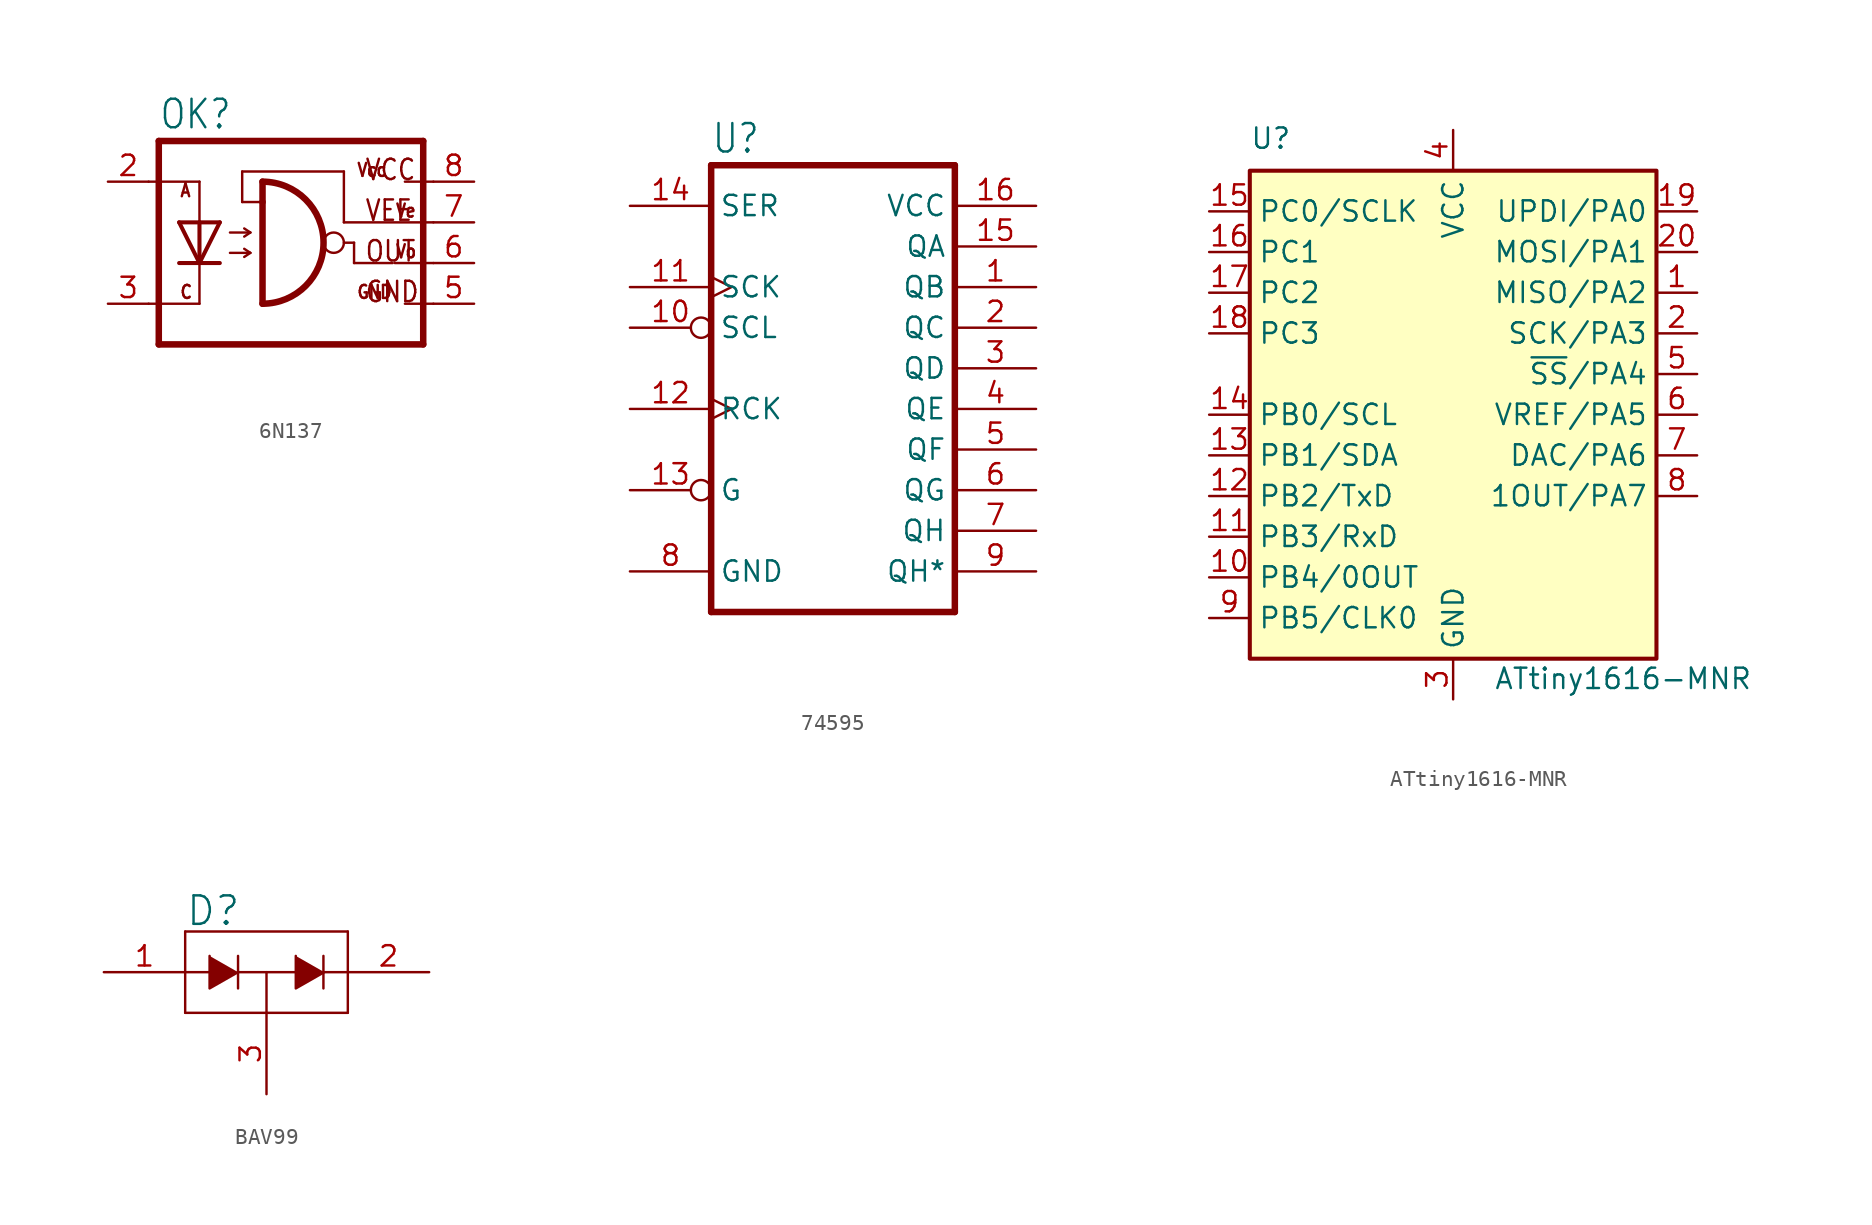
<source format=kicad_sym>
(kicad_symbol_lib
  (version 20241209)
  (generator "kicad_symbol_editor")
  (generator_version "9.0")
  (symbol "6N137"
    (property "Reference" "OK"
      (at -9.525 8.255 0)
      (effects (font (size 1.778 1.511)) (justify left bottom)))
    (property "Value" ""
      (at -9.525 -7.62 0)
      (effects (font (size 1.778 1.511)) (justify left bottom)))
    (property "ki_locked" ""
      (at 0 0 0)
      (effects (font (size 1.27 1.27))))
    (symbol "6N137_1_0"
      (polyline (pts (xy -10.16 5.08) (xy -6.985 5.08)) (stroke (width 0.152) (type solid)) (fill (type none)))
      (polyline (pts (xy -10.16 -2.54) (xy -6.985 -2.54)) (stroke (width 0.152) (type solid)) (fill (type none)))
      (polyline (pts (xy -9.525 7.62) (xy -9.525 -5.08)) (stroke (width 0.406) (type solid)) (fill (type none)))
      (polyline (pts (xy -6.985 2.54) (xy -8.255 2.54)) (stroke (width 0.254) (type solid)) (fill (type none)))
      (polyline (pts (xy -6.985 2.54) (xy -6.985 5.08)) (stroke (width 0.152) (type solid)) (fill (type none)))
      (polyline (pts (xy -6.985 2.54) (xy -6.985 0)) (stroke (width 0.254) (type solid)) (fill (type none)))
      (polyline (pts (xy -6.985 0) (xy -8.255 2.54)) (stroke (width 0.254) (type solid)) (fill (type none)))
      (polyline (pts (xy -6.985 0) (xy -8.255 0)) (stroke (width 0.254) (type solid)) (fill (type none)))
      (polyline (pts (xy -6.985 -2.54) (xy -6.985 0)) (stroke (width 0.152) (type solid)) (fill (type none)))
      (polyline (pts (xy -5.715 2.54) (xy -6.985 2.54)) (stroke (width 0.254) (type solid)) (fill (type none)))
      (polyline (pts (xy -5.715 2.54) (xy -6.985 0)) (stroke (width 0.254) (type solid)) (fill (type none)))
      (polyline (pts (xy -5.715 0) (xy -6.985 0)) (stroke (width 0.254) (type solid)) (fill (type none)))
      (polyline (pts (xy -5.08 1.905) (xy -3.81 1.905)) (stroke (width 0.152) (type solid)) (fill (type none)))
      (polyline (pts (xy -5.08 0.635) (xy -3.81 0.635)) (stroke (width 0.152) (type solid)) (fill (type none)))
      (polyline (pts (xy -4.318 5.715) (xy 2.032 5.715)) (stroke (width 0.152) (type solid)) (fill (type none)))
      (polyline (pts (xy -4.318 3.81) (xy -4.318 5.715)) (stroke (width 0.152) (type solid)) (fill (type none)))
      (polyline (pts (xy -3.81 1.905) (xy -4.191 2.159)) (stroke (width 0.152) (type solid)) (fill (type none)))
      (polyline (pts (xy -3.81 1.905) (xy -4.191 1.651)) (stroke (width 0.152) (type solid)) (fill (type none)))
      (polyline (pts (xy -3.81 0.635) (xy -4.191 0.889)) (stroke (width 0.152) (type solid)) (fill (type none)))
      (polyline (pts (xy -3.81 0.635) (xy -4.191 0.381)) (stroke (width 0.152) (type solid)) (fill (type none)))
      (polyline (pts (xy -3.048 5.08) (xy -3.048 3.81)) (stroke (width 0.406) (type solid)) (fill (type none)))
      (polyline (pts (xy -3.048 3.81) (xy -4.318 3.81)) (stroke (width 0.152) (type solid)) (fill (type none)))
      (polyline (pts (xy -3.048 3.81) (xy -3.048 -2.54)) (stroke (width 0.406) (type solid)) (fill (type none)))
      (arc (start -3.048 5.08) (mid 0.762 1.27) (end -3.048 -2.54) (stroke (width 0.4064) (type solid)) (fill (type none)))
      (circle (center 1.397 1.27) (radius 0.635) (stroke (width 0.152) (type solid)) (fill (type none)))
      (polyline (pts (xy 2.032 5.715) (xy 2.032 2.54)) (stroke (width 0.152) (type solid)) (fill (type none)))
      (polyline (pts (xy 2.032 2.54) (xy 7.62 2.54)) (stroke (width 0.152) (type solid)) (fill (type none)))
      (polyline (pts (xy 2.032 1.27) (xy 2.667 1.27)) (stroke (width 0.152) (type solid)) (fill (type none)))
      (polyline (pts (xy 2.667 1.27) (xy 2.667 0)) (stroke (width 0.152) (type solid)) (fill (type none)))
      (polyline (pts (xy 2.667 0) (xy 5.08 0)) (stroke (width 0.152) (type solid)) (fill (type none)))
      (polyline (pts (xy 5.207 0) (xy 7.62 0)) (stroke (width 0.152) (type solid)) (fill (type none)))
      (polyline (pts (xy 5.842 5.08) (xy 7.62 5.08)) (stroke (width 0.152) (type solid)) (fill (type none)))
      (polyline (pts (xy 5.842 -2.54) (xy 7.62 -2.54)) (stroke (width 0.152) (type solid)) (fill (type none)))
      (polyline (pts (xy 6.985 7.62) (xy -9.525 7.62)) (stroke (width 0.406) (type solid)) (fill (type none)))
      (polyline (pts (xy 6.985 7.62) (xy 6.985 -5.08)) (stroke (width 0.406) (type solid)) (fill (type none)))
      (polyline (pts (xy 6.985 -5.08) (xy -9.525 -5.08)) (stroke (width 0.406) (type solid)) (fill (type none)))
      (text "A" (at -8.255 4.064 0) (effects (font (size 0.813 0.691)) (justify left bottom)))
      (text "C" (at -8.255 -2.286 0) (effects (font (size 0.813 0.691)) (justify left bottom)))
      (text "Vcc" (at 2.794 5.334 0) (effects (font (size 0.813 0.691)) (justify left bottom)))
      (text "GND" (at 2.794 -2.286 0) (effects (font (size 0.813 0.691)) (justify left bottom)))
      (text "VCC" (at 3.302 5.08 0) (effects (font (size 1.27 1.079)) (justify left bottom)))
      (text "VEE" (at 3.302 2.54 0) (effects (font (size 1.27 1.079)) (justify left bottom)))
      (text "OUT" (at 3.302 0 0) (effects (font (size 1.27 1.079)) (justify left bottom)))
      (text "GND" (at 3.302 -2.54 0) (effects (font (size 1.27 1.079)) (justify left bottom)))
      (text "Ve" (at 5.207 2.794 0) (effects (font (size 0.813 0.691)) (justify left bottom)))
      (text "Vo" (at 5.207 0.254 0) (effects (font (size 0.813 0.691)) (justify left bottom)))
      (pin passive line (at -12.7 5.08 0) (length 2.54) (name "A" (effects (font (size 0 0)))) (number "2" (effects (font (size 1.27 1.27)))))
      (pin passive line (at -12.7 -2.54 0) (length 2.54) (name "C" (effects (font (size 0 0)))) (number "3" (effects (font (size 1.27 1.27)))))
      (pin passive line (at 10.16 5.08 180) (length 2.54) (name "VCC" (effects (font (size 0 0)))) (number "8" (effects (font (size 1.27 1.27)))))
      (pin passive line (at 10.16 2.54 180) (length 2.54) (name "VE" (effects (font (size 0 0)))) (number "7" (effects (font (size 1.27 1.27)))))
      (pin passive line (at 10.16 0 180) (length 2.54) (name "VO" (effects (font (size 0 0)))) (number "6" (effects (font (size 1.27 1.27)))))
      (pin passive line (at 10.16 -2.54 180) (length 2.54) (name "GND" (effects (font (size 0 0)))) (number "5" (effects (font (size 1.27 1.27)))))))
  (symbol "74595"
    (property "Reference" "U"
      (at -5.08 13.335 0)
      (effects (font (size 1.778 1.511)) (justify left bottom)))
    (property "Value" ""
      (at -5.08 -17.78 0)
      (effects (font (size 1.778 1.511)) (justify left bottom)))
    (property "ki_locked" ""
      (at 0 0 0)
      (effects (font (size 1.27 1.27))))
    (symbol "74595_1_0"
      (polyline (pts (xy -5.08 12.7) (xy -5.08 -15.24)) (stroke (width 0.406) (type solid)) (fill (type none)))
      (polyline (pts (xy -5.08 -15.24) (xy 10.16 -15.24)) (stroke (width 0.406) (type solid)) (fill (type none)))
      (polyline (pts (xy 10.16 12.7) (xy -5.08 12.7)) (stroke (width 0.406) (type solid)) (fill (type none)))
      (polyline (pts (xy 10.16 -15.24) (xy 10.16 12.7)) (stroke (width 0.406) (type solid)) (fill (type none)))
      (pin input line (at -10.16 10.16 0) (length 5.08) (name "SER" (effects (font (size 1.27 1.27)))) (number "14" (effects (font (size 1.27 1.27)))))
      (pin input clock (at -10.16 5.08 0) (length 5.08) (name "SCK" (effects (font (size 1.27 1.27)))) (number "11" (effects (font (size 1.27 1.27)))))
      (pin input inverted (at -10.16 2.54 0) (length 5.08) (name "SCL" (effects (font (size 1.27 1.27)))) (number "10" (effects (font (size 1.27 1.27)))))
      (pin input clock (at -10.16 -2.54 0) (length 5.08) (name "RCK" (effects (font (size 1.27 1.27)))) (number "12" (effects (font (size 1.27 1.27)))))
      (pin input inverted (at -10.16 -7.62 0) (length 5.08) (name "G" (effects (font (size 1.27 1.27)))) (number "13" (effects (font (size 1.27 1.27)))))
      (pin power_in line (at -10.16 -12.7 0) (length 5.08) (name "GND" (effects (font (size 1.27 1.27)))) (number "8" (effects (font (size 1.27 1.27)))))
      (pin power_in line (at 15.24 10.16 180) (length 5.08) (name "VCC" (effects (font (size 1.27 1.27)))) (number "16" (effects (font (size 1.27 1.27)))))
      (pin tri_state line (at 15.24 7.62 180) (length 5.08) (name "QA" (effects (font (size 1.27 1.27)))) (number "15" (effects (font (size 1.27 1.27)))))
      (pin tri_state line (at 15.24 5.08 180) (length 5.08) (name "QB" (effects (font (size 1.27 1.27)))) (number "1" (effects (font (size 1.27 1.27)))))
      (pin tri_state line (at 15.24 2.54 180) (length 5.08) (name "QC" (effects (font (size 1.27 1.27)))) (number "2" (effects (font (size 1.27 1.27)))))
      (pin tri_state line (at 15.24 0 180) (length 5.08) (name "QD" (effects (font (size 1.27 1.27)))) (number "3" (effects (font (size 1.27 1.27)))))
      (pin tri_state line (at 15.24 -2.54 180) (length 5.08) (name "QE" (effects (font (size 1.27 1.27)))) (number "4" (effects (font (size 1.27 1.27)))))
      (pin tri_state line (at 15.24 -5.08 180) (length 5.08) (name "QF" (effects (font (size 1.27 1.27)))) (number "5" (effects (font (size 1.27 1.27)))))
      (pin tri_state line (at 15.24 -7.62 180) (length 5.08) (name "QG" (effects (font (size 1.27 1.27)))) (number "6" (effects (font (size 1.27 1.27)))))
      (pin tri_state line (at 15.24 -10.16 180) (length 5.08) (name "QH" (effects (font (size 1.27 1.27)))) (number "7" (effects (font (size 1.27 1.27)))))
      (pin tri_state line (at 15.24 -12.7 180) (length 5.08) (name "QH*" (effects (font (size 1.27 1.27)))) (number "9" (effects (font (size 1.27 1.27)))))))
  (symbol "ATtiny1616-MNR"
    (property "Reference" "U"
      (at -12.7 21.59 0)
      (effects (font (size 1.27 1.27)) (justify left bottom)))
    (property "Value" "ATtiny1616-MNR"
      (at 2.54 -10.668 0)
      (effects (font (size 1.27 1.27)) (justify left top)))
    (symbol "ATtiny1616-MNR_0_1"
      (rectangle (start -12.7 20.32) (end 12.7 -10.16) (stroke (width 0.254) (type default)) (fill (type background))))
    (symbol "ATtiny1616-MNR_1_1"
      (pin bidirectional line (at -15.24 17.78 0) (length 2.54) (name "PC0/SCLK" (effects (font (size 1.27 1.27)))) (number "15" (effects (font (size 1.27 1.27)))))
      (pin bidirectional line (at -15.24 15.24 0) (length 2.54) (name "PC1" (effects (font (size 1.27 1.27)))) (number "16" (effects (font (size 1.27 1.27)))))
      (pin bidirectional line (at -15.24 12.7 0) (length 2.54) (name "PC2" (effects (font (size 1.27 1.27)))) (number "17" (effects (font (size 1.27 1.27)))))
      (pin bidirectional line (at -15.24 10.16 0) (length 2.54) (name "PC3" (effects (font (size 1.27 1.27)))) (number "18" (effects (font (size 1.27 1.27)))))
      (pin bidirectional line (at -15.24 5.08 0) (length 2.54) (name "PB0/SCL" (effects (font (size 1.27 1.27)))) (number "14" (effects (font (size 1.27 1.27)))))
      (pin bidirectional line (at -15.24 2.54 0) (length 2.54) (name "PB1/SDA" (effects (font (size 1.27 1.27)))) (number "13" (effects (font (size 1.27 1.27)))))
      (pin bidirectional line (at -15.24 0 0) (length 2.54) (name "PB2/TxD" (effects (font (size 1.27 1.27)))) (number "12" (effects (font (size 1.27 1.27)))))
      (pin bidirectional line (at -15.24 -2.54 0) (length 2.54) (name "PB3/RxD" (effects (font (size 1.27 1.27)))) (number "11" (effects (font (size 1.27 1.27)))))
      (pin bidirectional line (at -15.24 -5.08 0) (length 2.54) (name "PB4/0OUT" (effects (font (size 1.27 1.27)))) (number "10" (effects (font (size 1.27 1.27)))))
      (pin bidirectional line (at -15.24 -7.62 0) (length 2.54) (name "PB5/CLK0" (effects (font (size 1.27 1.27)))) (number "9" (effects (font (size 1.27 1.27)))))
      (pin power_in line (at 0 22.86 270) (length 2.54) (name "VCC" (effects (font (size 1.27 1.27)))) (number "4" (effects (font (size 1.27 1.27)))))
      (pin passive line (at 0 -12.7 90) (length 2.54) (hide yes) (name "GND" (effects (font (size 1.27 1.27)))) (number "21" (effects (font (size 1.27 1.27)))))
      (pin power_in line (at 0 -12.7 90) (length 2.54) (name "GND" (effects (font (size 1.27 1.27)))) (number "3" (effects (font (size 1.27 1.27)))))
      (pin bidirectional line (at 15.24 17.78 180) (length 2.54) (name "UPDI/PA0" (effects (font (size 1.27 1.27)))) (number "19" (effects (font (size 1.27 1.27)))))
      (pin bidirectional line (at 15.24 15.24 180) (length 2.54) (name "MOSI/PA1" (effects (font (size 1.27 1.27)))) (number "20" (effects (font (size 1.27 1.27)))))
      (pin bidirectional line (at 15.24 12.7 180) (length 2.54) (name "MISO/PA2" (effects (font (size 1.27 1.27)))) (number "1" (effects (font (size 1.27 1.27)))))
      (pin bidirectional line (at 15.24 10.16 180) (length 2.54) (name "SCK/PA3" (effects (font (size 1.27 1.27)))) (number "2" (effects (font (size 1.27 1.27)))))
      (pin bidirectional line (at 15.24 7.62 180) (length 2.54) (name "~{SS}/PA4" (effects (font (size 1.27 1.27)))) (number "5" (effects (font (size 1.27 1.27)))))
      (pin bidirectional line (at 15.24 5.08 180) (length 2.54) (name "VREF/PA5" (effects (font (size 1.27 1.27)))) (number "6" (effects (font (size 1.27 1.27)))))
      (pin bidirectional line (at 15.24 2.54 180) (length 2.54) (name "DAC/PA6" (effects (font (size 1.27 1.27)))) (number "7" (effects (font (size 1.27 1.27)))))
      (pin bidirectional line (at 15.24 0 180) (length 2.54) (name "1OUT/PA7" (effects (font (size 1.27 1.27)))) (number "8" (effects (font (size 1.27 1.27)))))))
  (symbol "BAV99"
    (property "Reference" "D"
      (at -5.08 2.794 0)
      (effects (font (size 1.778 1.778)) (justify left bottom)))
    (property "Value" ""
      (at 0.254 -2.794 0)
      (effects (font (size 1.778 1.778)) (justify left top)))
    (property "ki_locked" ""
      (at 0 0 0)
      (effects (font (size 1.27 1.27))))
    (symbol "BAV99_1_0"
      (polyline (pts (xy -5.08 2.54) (xy 5.08 2.54)) (stroke (width 0.152) (type solid)) (fill (type none)))
      (polyline (pts (xy -5.08 0) (xy -5.08 2.54)) (stroke (width 0.152) (type solid)) (fill (type none)))
      (polyline (pts (xy -5.08 0) (xy -3.556 0)) (stroke (width 0.152) (type solid)) (fill (type none)))
      (polyline (pts (xy -5.08 -2.54) (xy -5.08 0)) (stroke (width 0.152) (type solid)) (fill (type none)))
      (polyline (pts (xy -3.556 1.016) (xy -3.556 -1.016) (xy -1.778 0)) (stroke (width 0.152) (type solid)) (fill (type outline)))
      (polyline (pts (xy -1.778 1.016) (xy -1.778 0)) (stroke (width 0.152) (type solid)) (fill (type none)))
      (polyline (pts (xy -1.778 0) (xy -1.778 -1.016)) (stroke (width 0.152) (type solid)) (fill (type none)))
      (polyline (pts (xy 0 0) (xy -1.778 0)) (stroke (width 0.152) (type solid)) (fill (type none)))
      (polyline (pts (xy 0 -2.54) (xy -5.08 -2.54)) (stroke (width 0.152) (type solid)) (fill (type none)))
      (polyline (pts (xy 0 -2.54) (xy 0 0)) (stroke (width 0.152) (type solid)) (fill (type none)))
      (polyline (pts (xy 1.778 0) (xy 0 0)) (stroke (width 0.152) (type solid)) (fill (type none)))
      (polyline (pts (xy 1.829 1.016) (xy 1.829 -1.016) (xy 3.607 0)) (stroke (width 0.152) (type solid)) (fill (type outline)))
      (polyline (pts (xy 3.556 1.016) (xy 3.556 0)) (stroke (width 0.152) (type solid)) (fill (type none)))
      (polyline (pts (xy 3.556 0) (xy 3.556 -1.016)) (stroke (width 0.152) (type solid)) (fill (type none)))
      (polyline (pts (xy 5.08 2.54) (xy 5.08 0)) (stroke (width 0.152) (type solid)) (fill (type none)))
      (polyline (pts (xy 5.08 0) (xy 3.556 0)) (stroke (width 0.152) (type solid)) (fill (type none)))
      (polyline (pts (xy 5.08 0) (xy 5.08 -2.54)) (stroke (width 0.152) (type solid)) (fill (type none)))
      (polyline (pts (xy 5.08 -2.54) (xy 0 -2.54)) (stroke (width 0.152) (type solid)) (fill (type none)))
      (pin bidirectional line (at -10.16 0 0) (length 5.08) (name "A1" (effects (font (size 0 0)))) (number "1" (effects (font (size 1.27 1.27)))))
      (pin bidirectional line (at 0 -7.62 90) (length 5.08) (name "COM" (effects (font (size 0 0)))) (number "3" (effects (font (size 1.27 1.27)))))
      (pin bidirectional line (at 10.16 0 180) (length 5.08) (name "C2" (effects (font (size 0 0)))) (number "2" (effects (font (size 1.27 1.27))))))))
</source>
